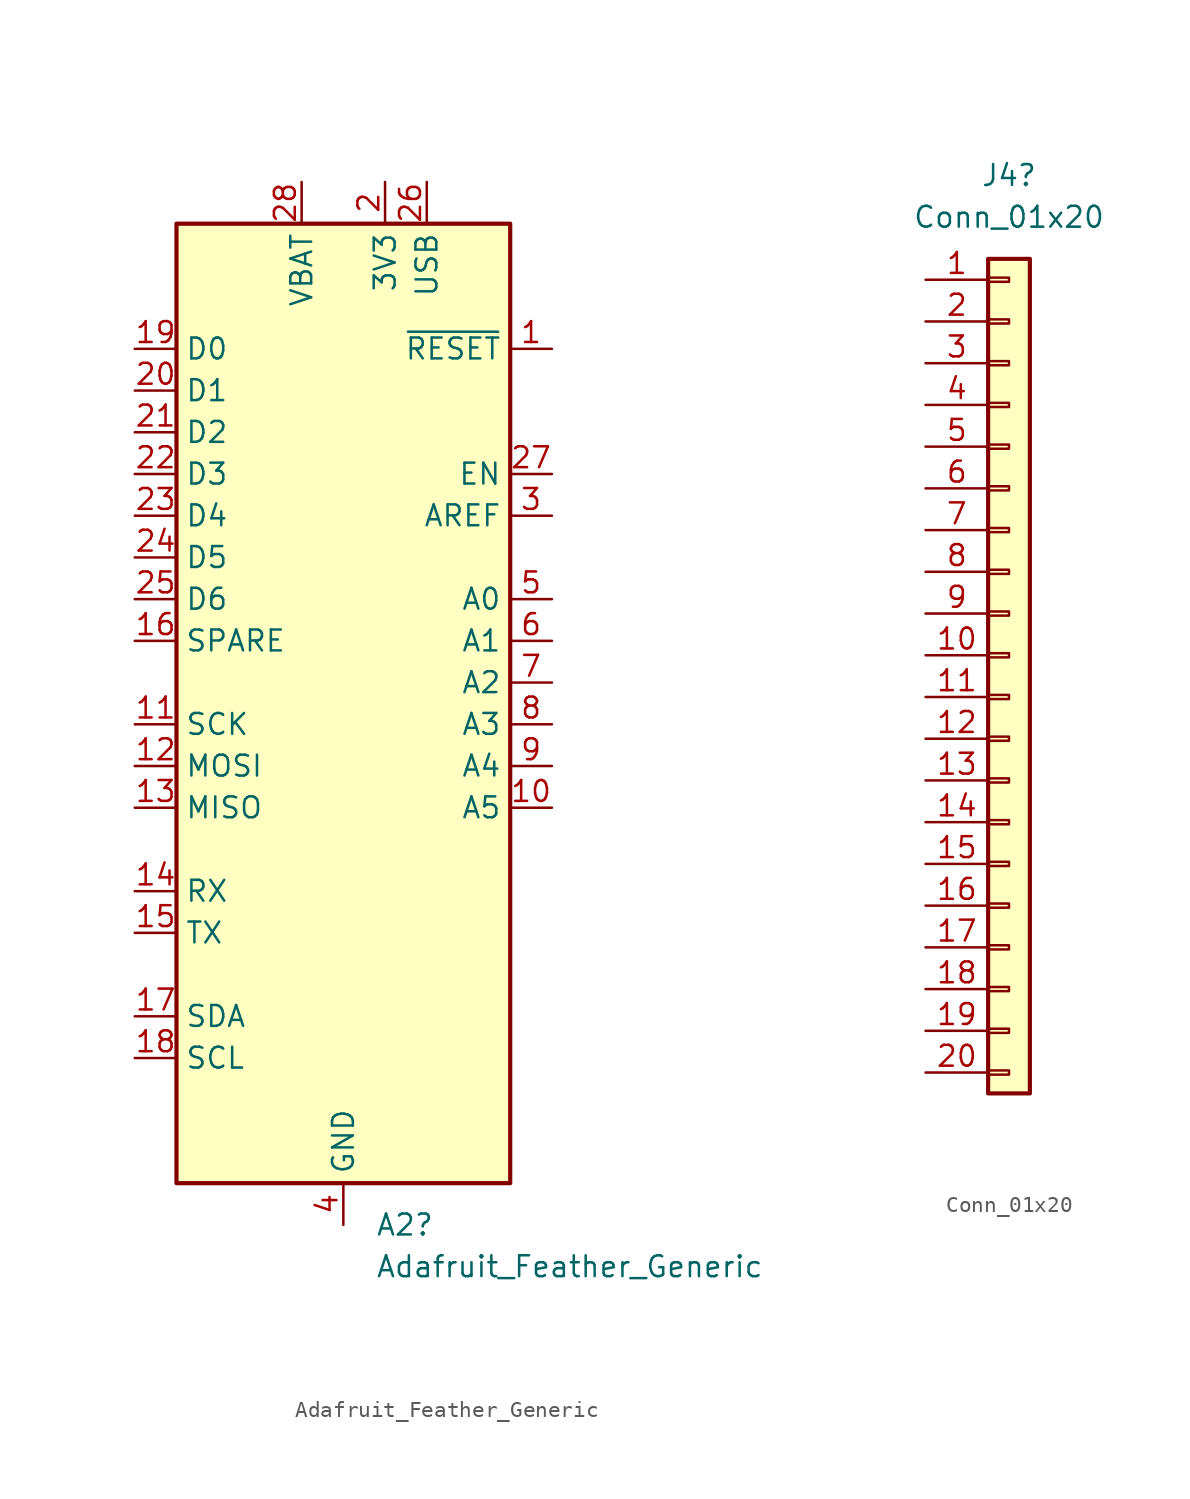
<source format=kicad_sym>
(kicad_symbol_lib
  (version 20220914)
  (generator kicad_symbol_editor)
  (symbol "Adafruit_Feather_Generic"
    (property "Reference" "A2"
      (at 1.956 -33.02 0)
      (effects (font (size 1.27 1.27)) (justify left)))
    (property "Value" "Adafruit_Feather_Generic"
      (at 1.956 -35.56 0)
      (effects (font (size 1.27 1.27)) (justify left)))
    (symbol "Adafruit_Feather_Generic_0_1"
      (rectangle (start -10.16 27.94) (end 10.16 -30.48) (stroke (width 0.254) (type default)) (fill (type background))))
    (symbol "Adafruit_Feather_Generic_1_1"
      (pin input line (at 12.7 20.32 180) (length 2.54) (name "~{RESET}" (effects (font (size 1.27 1.27)))) (number "1" (effects (font (size 1.27 1.27)))))
      (pin bidirectional line (at 12.7 -7.62 180) (length 2.54) (name "A5" (effects (font (size 1.27 1.27)))) (number "10" (effects (font (size 1.27 1.27)))))
      (pin bidirectional line (at -12.7 -2.54 0) (length 2.54) (name "SCK" (effects (font (size 1.27 1.27)))) (number "11" (effects (font (size 1.27 1.27)))))
      (pin bidirectional line (at -12.7 -5.08 0) (length 2.54) (name "MOSI" (effects (font (size 1.27 1.27)))) (number "12" (effects (font (size 1.27 1.27)))))
      (pin bidirectional line (at -12.7 -7.62 0) (length 2.54) (name "MISO" (effects (font (size 1.27 1.27)))) (number "13" (effects (font (size 1.27 1.27)))))
      (pin bidirectional line (at -12.7 -12.7 0) (length 2.54) (name "RX" (effects (font (size 1.27 1.27)))) (number "14" (effects (font (size 1.27 1.27)))))
      (pin bidirectional line (at -12.7 -15.24 0) (length 2.54) (name "TX" (effects (font (size 1.27 1.27)))) (number "15" (effects (font (size 1.27 1.27)))))
      (pin bidirectional line (at -12.7 2.54 0) (length 2.54) (name "SPARE" (effects (font (size 1.27 1.27)))) (number "16" (effects (font (size 1.27 1.27)))))
      (pin bidirectional line (at -12.7 -20.32 0) (length 2.54) (name "SDA" (effects (font (size 1.27 1.27)))) (number "17" (effects (font (size 1.27 1.27)))))
      (pin bidirectional line (at -12.7 -22.86 0) (length 2.54) (name "SCL" (effects (font (size 1.27 1.27)))) (number "18" (effects (font (size 1.27 1.27)))))
      (pin bidirectional line (at -12.7 20.32 0) (length 2.54) (name "D0" (effects (font (size 1.27 1.27)))) (number "19" (effects (font (size 1.27 1.27)))))
      (pin power_in line (at 2.54 30.48 270) (length 2.54) (name "3V3" (effects (font (size 1.27 1.27)))) (number "2" (effects (font (size 1.27 1.27)))))
      (pin bidirectional line (at -12.7 17.78 0) (length 2.54) (name "D1" (effects (font (size 1.27 1.27)))) (number "20" (effects (font (size 1.27 1.27)))))
      (pin bidirectional line (at -12.7 15.24 0) (length 2.54) (name "D2" (effects (font (size 1.27 1.27)))) (number "21" (effects (font (size 1.27 1.27)))))
      (pin bidirectional line (at -12.7 12.7 0) (length 2.54) (name "D3" (effects (font (size 1.27 1.27)))) (number "22" (effects (font (size 1.27 1.27)))))
      (pin bidirectional line (at -12.7 10.16 0) (length 2.54) (name "D4" (effects (font (size 1.27 1.27)))) (number "23" (effects (font (size 1.27 1.27)))))
      (pin bidirectional line (at -12.7 7.62 0) (length 2.54) (name "D5" (effects (font (size 1.27 1.27)))) (number "24" (effects (font (size 1.27 1.27)))))
      (pin bidirectional line (at -12.7 5.08 0) (length 2.54) (name "D6" (effects (font (size 1.27 1.27)))) (number "25" (effects (font (size 1.27 1.27)))))
      (pin power_in line (at 5.08 30.48 270) (length 2.54) (name "USB" (effects (font (size 1.27 1.27)))) (number "26" (effects (font (size 1.27 1.27)))))
      (pin input line (at 12.7 12.7 180) (length 2.54) (name "EN" (effects (font (size 1.27 1.27)))) (number "27" (effects (font (size 1.27 1.27)))))
      (pin power_in line (at -2.54 30.48 270) (length 2.54) (name "VBAT" (effects (font (size 1.27 1.27)))) (number "28" (effects (font (size 1.27 1.27)))))
      (pin input line (at 12.7 10.16 180) (length 2.54) (name "AREF" (effects (font (size 1.27 1.27)))) (number "3" (effects (font (size 1.27 1.27)))))
      (pin power_in line (at 0 -33.02 90) (length 2.54) (name "GND" (effects (font (size 1.27 1.27)))) (number "4" (effects (font (size 1.27 1.27)))))
      (pin bidirectional line (at 12.7 5.08 180) (length 2.54) (name "A0" (effects (font (size 1.27 1.27)))) (number "5" (effects (font (size 1.27 1.27)))))
      (pin bidirectional line (at 12.7 2.54 180) (length 2.54) (name "A1" (effects (font (size 1.27 1.27)))) (number "6" (effects (font (size 1.27 1.27)))))
      (pin bidirectional line (at 12.7 0 180) (length 2.54) (name "A2" (effects (font (size 1.27 1.27)))) (number "7" (effects (font (size 1.27 1.27)))))
      (pin bidirectional line (at 12.7 -2.54 180) (length 2.54) (name "A3" (effects (font (size 1.27 1.27)))) (number "8" (effects (font (size 1.27 1.27)))))
      (pin bidirectional line (at 12.7 -5.08 180) (length 2.54) (name "A4" (effects (font (size 1.27 1.27)))) (number "9" (effects (font (size 1.27 1.27)))))))
  (symbol "Conn_01x20"
    (pin_names
      (offset 1.016) hide)
    (property "Reference" "J4"
      (at 0 29.21 0)
      (effects (font (size 1.27 1.27))))
    (property "Value" "Conn_01x20"
      (at 0 26.67 0)
      (effects (font (size 1.27 1.27))))
    (symbol "Conn_01x20_1_1"
      (rectangle (start -1.27 -25.273) (end 0 -25.527) (stroke (width 0.152) (type default)) (fill (type none)))
      (rectangle (start -1.27 -22.733) (end 0 -22.987) (stroke (width 0.152) (type default)) (fill (type none)))
      (rectangle (start -1.27 -20.193) (end 0 -20.447) (stroke (width 0.152) (type default)) (fill (type none)))
      (rectangle (start -1.27 -17.653) (end 0 -17.907) (stroke (width 0.152) (type default)) (fill (type none)))
      (rectangle (start -1.27 -15.113) (end 0 -15.367) (stroke (width 0.152) (type default)) (fill (type none)))
      (rectangle (start -1.27 -12.573) (end 0 -12.827) (stroke (width 0.152) (type default)) (fill (type none)))
      (rectangle (start -1.27 -10.033) (end 0 -10.287) (stroke (width 0.152) (type default)) (fill (type none)))
      (rectangle (start -1.27 -7.493) (end 0 -7.747) (stroke (width 0.152) (type default)) (fill (type none)))
      (rectangle (start -1.27 -4.953) (end 0 -5.207) (stroke (width 0.152) (type default)) (fill (type none)))
      (rectangle (start -1.27 -2.413) (end 0 -2.667) (stroke (width 0.152) (type default)) (fill (type none)))
      (rectangle (start -1.27 0.127) (end 0 -0.127) (stroke (width 0.152) (type default)) (fill (type none)))
      (rectangle (start -1.27 2.667) (end 0 2.413) (stroke (width 0.152) (type default)) (fill (type none)))
      (rectangle (start -1.27 5.207) (end 0 4.953) (stroke (width 0.152) (type default)) (fill (type none)))
      (rectangle (start -1.27 7.747) (end 0 7.493) (stroke (width 0.152) (type default)) (fill (type none)))
      (rectangle (start -1.27 10.287) (end 0 10.033) (stroke (width 0.152) (type default)) (fill (type none)))
      (rectangle (start -1.27 12.827) (end 0 12.573) (stroke (width 0.152) (type default)) (fill (type none)))
      (rectangle (start -1.27 15.367) (end 0 15.113) (stroke (width 0.152) (type default)) (fill (type none)))
      (rectangle (start -1.27 17.907) (end 0 17.653) (stroke (width 0.152) (type default)) (fill (type none)))
      (rectangle (start -1.27 20.447) (end 0 20.193) (stroke (width 0.152) (type default)) (fill (type none)))
      (rectangle (start -1.27 22.987) (end 0 22.733) (stroke (width 0.152) (type default)) (fill (type none)))
      (rectangle (start -1.27 24.13) (end 1.27 -26.67) (stroke (width 0.254) (type default)) (fill (type background)))
      (pin passive line (at -5.08 22.86 0) (length 3.81) (name "Pin_1" (effects (font (size 1.27 1.27)))) (number "1" (effects (font (size 1.27 1.27)))))
      (pin passive line (at -5.08 0 0) (length 3.81) (name "Pin_10" (effects (font (size 1.27 1.27)))) (number "10" (effects (font (size 1.27 1.27)))))
      (pin passive line (at -5.08 -2.54 0) (length 3.81) (name "Pin_11" (effects (font (size 1.27 1.27)))) (number "11" (effects (font (size 1.27 1.27)))))
      (pin passive line (at -5.08 -5.08 0) (length 3.81) (name "Pin_12" (effects (font (size 1.27 1.27)))) (number "12" (effects (font (size 1.27 1.27)))))
      (pin passive line (at -5.08 -7.62 0) (length 3.81) (name "Pin_13" (effects (font (size 1.27 1.27)))) (number "13" (effects (font (size 1.27 1.27)))))
      (pin passive line (at -5.08 -10.16 0) (length 3.81) (name "Pin_14" (effects (font (size 1.27 1.27)))) (number "14" (effects (font (size 1.27 1.27)))))
      (pin passive line (at -5.08 -12.7 0) (length 3.81) (name "Pin_15" (effects (font (size 1.27 1.27)))) (number "15" (effects (font (size 1.27 1.27)))))
      (pin passive line (at -5.08 -15.24 0) (length 3.81) (name "Pin_16" (effects (font (size 1.27 1.27)))) (number "16" (effects (font (size 1.27 1.27)))))
      (pin passive line (at -5.08 -17.78 0) (length 3.81) (name "Pin_17" (effects (font (size 1.27 1.27)))) (number "17" (effects (font (size 1.27 1.27)))))
      (pin passive line (at -5.08 -20.32 0) (length 3.81) (name "Pin_18" (effects (font (size 1.27 1.27)))) (number "18" (effects (font (size 1.27 1.27)))))
      (pin passive line (at -5.08 -22.86 0) (length 3.81) (name "Pin_19" (effects (font (size 1.27 1.27)))) (number "19" (effects (font (size 1.27 1.27)))))
      (pin passive line (at -5.08 20.32 0) (length 3.81) (name "Pin_2" (effects (font (size 1.27 1.27)))) (number "2" (effects (font (size 1.27 1.27)))))
      (pin passive line (at -5.08 -25.4 0) (length 3.81) (name "Pin_20" (effects (font (size 1.27 1.27)))) (number "20" (effects (font (size 1.27 1.27)))))
      (pin passive line (at -5.08 17.78 0) (length 3.81) (name "Pin_3" (effects (font (size 1.27 1.27)))) (number "3" (effects (font (size 1.27 1.27)))))
      (pin passive line (at -5.08 15.24 0) (length 3.81) (name "Pin_4" (effects (font (size 1.27 1.27)))) (number "4" (effects (font (size 1.27 1.27)))))
      (pin passive line (at -5.08 12.7 0) (length 3.81) (name "Pin_5" (effects (font (size 1.27 1.27)))) (number "5" (effects (font (size 1.27 1.27)))))
      (pin passive line (at -5.08 10.16 0) (length 3.81) (name "Pin_6" (effects (font (size 1.27 1.27)))) (number "6" (effects (font (size 1.27 1.27)))))
      (pin passive line (at -5.08 7.62 0) (length 3.81) (name "Pin_7" (effects (font (size 1.27 1.27)))) (number "7" (effects (font (size 1.27 1.27)))))
      (pin passive line (at -5.08 5.08 0) (length 3.81) (name "Pin_8" (effects (font (size 1.27 1.27)))) (number "8" (effects (font (size 1.27 1.27)))))
      (pin passive line (at -5.08 2.54 0) (length 3.81) (name "Pin_9" (effects (font (size 1.27 1.27)))) (number "9" (effects (font (size 1.27 1.27))))))))
</source>
